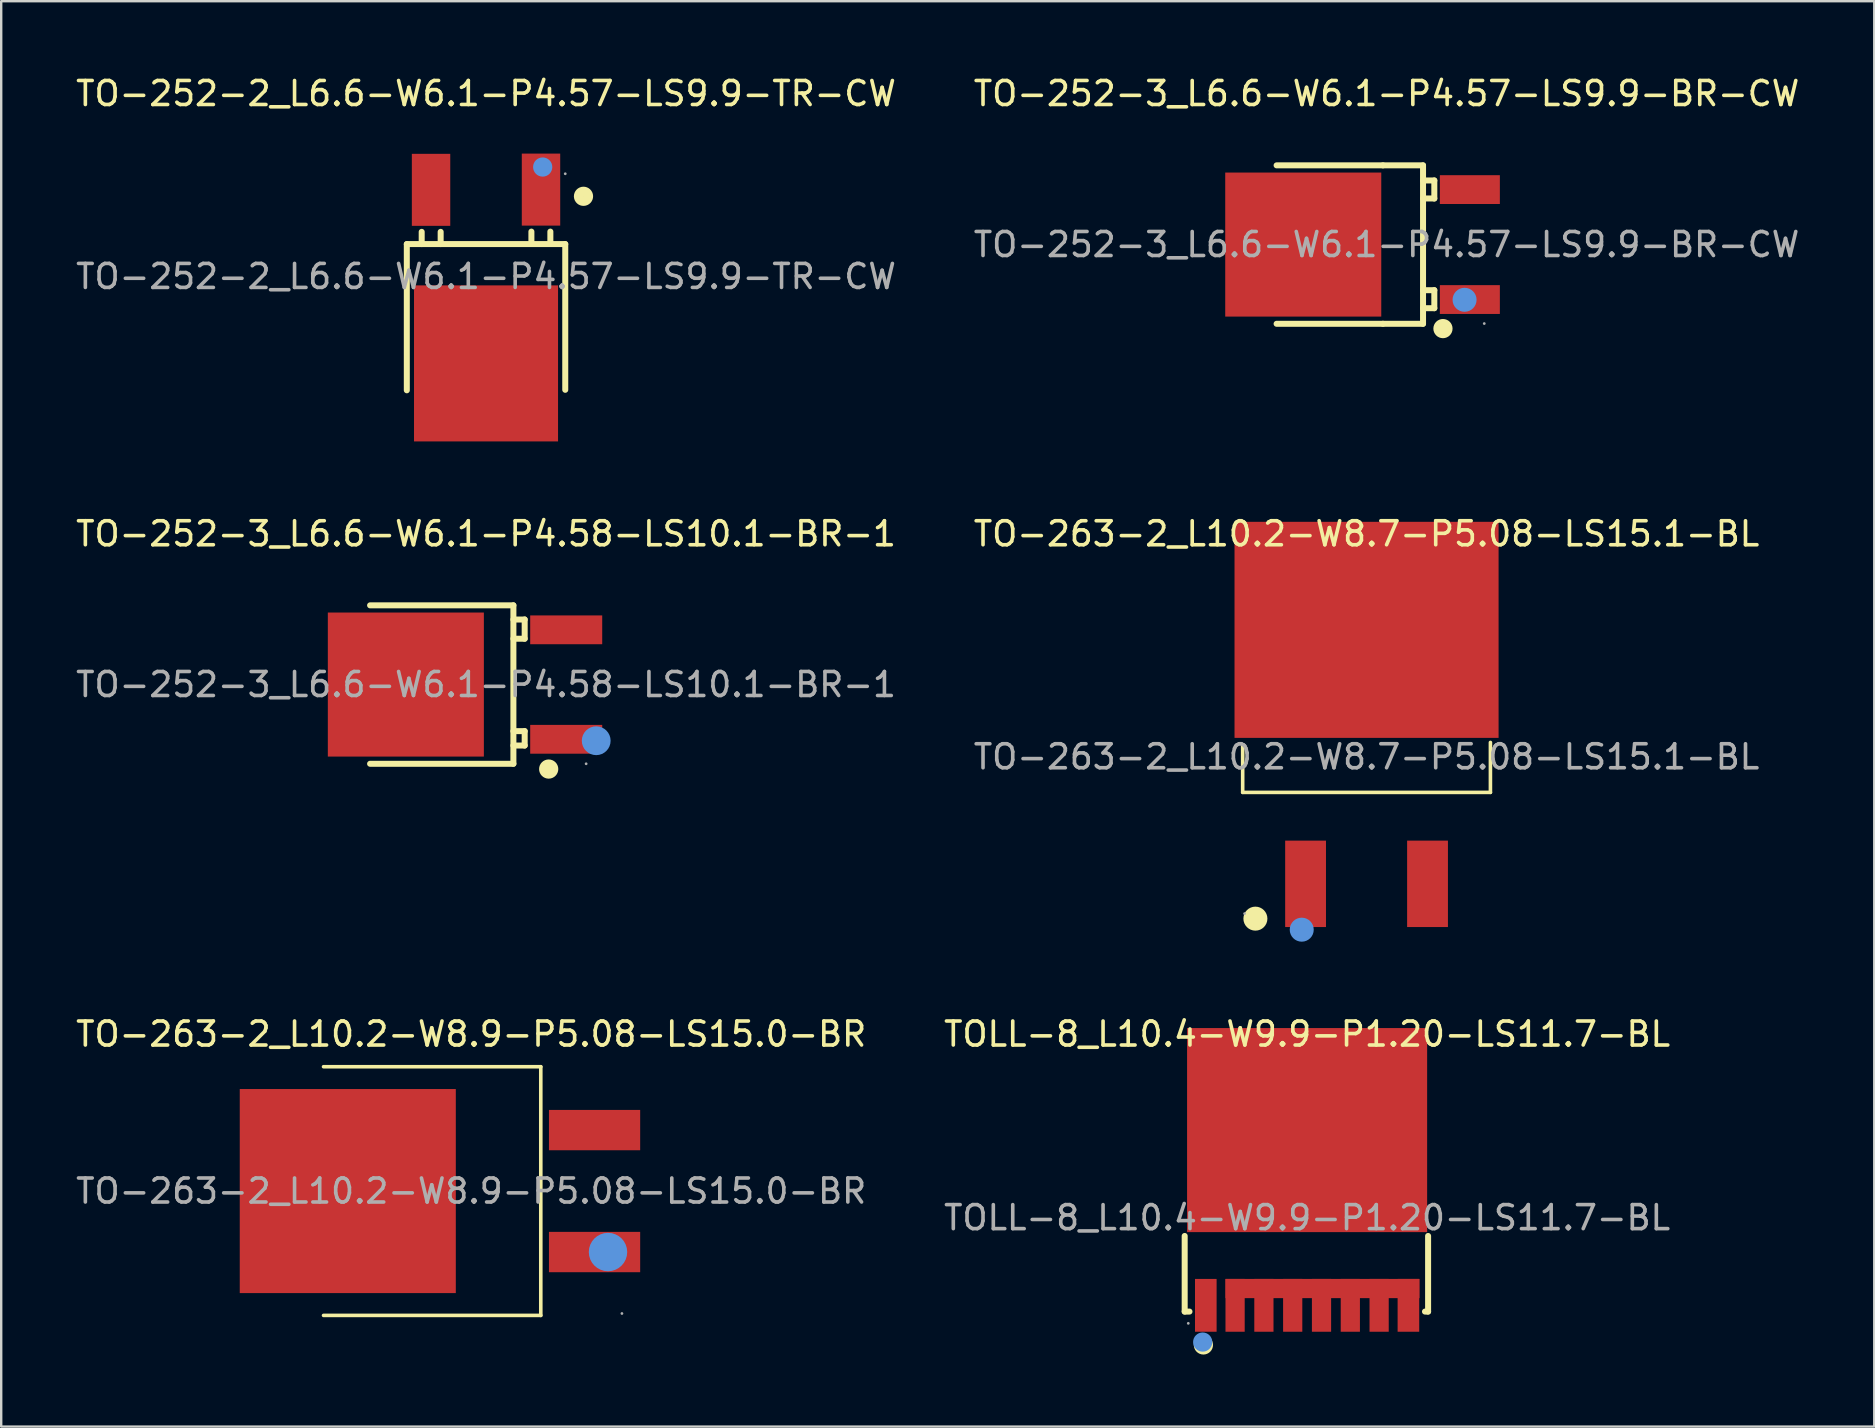
<source format=kicad_pcb>
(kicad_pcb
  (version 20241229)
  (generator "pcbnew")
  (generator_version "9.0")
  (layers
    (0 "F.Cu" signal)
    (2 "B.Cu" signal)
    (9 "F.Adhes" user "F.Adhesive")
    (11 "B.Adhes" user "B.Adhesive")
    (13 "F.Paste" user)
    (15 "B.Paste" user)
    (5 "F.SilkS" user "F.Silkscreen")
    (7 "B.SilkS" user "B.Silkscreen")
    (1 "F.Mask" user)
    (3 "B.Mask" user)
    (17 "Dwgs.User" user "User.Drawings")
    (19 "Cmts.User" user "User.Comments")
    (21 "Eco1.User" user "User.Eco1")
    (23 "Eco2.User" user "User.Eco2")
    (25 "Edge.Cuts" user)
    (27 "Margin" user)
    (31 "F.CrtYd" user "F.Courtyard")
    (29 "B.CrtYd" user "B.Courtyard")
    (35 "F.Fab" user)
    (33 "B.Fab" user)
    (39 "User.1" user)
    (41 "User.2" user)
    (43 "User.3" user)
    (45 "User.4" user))
  (footprint "TO-263-2_L10.2-W8.7-P5.08-LS15.1-BL"
    (layer "F.Cu")
    (at 53.875 28.477)
    (property "Reference" "TO-263-2_L10.2-W8.7-P5.08-LS15.1-BL" (at 0 -9.29 0) (layer "F.SilkS") (effects (font (size 1 1) (thickness 0.15))))
    (attr smd)
    (fp_line (start -5.16 1.48) (end -5.16 -0.5) (stroke (width 0.15) (type solid)) (layer "F.SilkS"))
    (fp_line (start -5.16 1.48) (end 5.16 1.48) (stroke (width 0.15) (type solid)) (layer "F.SilkS"))
    (fp_line (start 5.16 1.48) (end 5.16 -0.6) (stroke (width 0.15) (type solid)) (layer "F.SilkS"))
    (fp_circle (center -4.63 6.74) (end -4.38 6.74) (stroke (width 0.5) (type solid)) (fill no) (layer "F.SilkS"))
    (fp_circle (center -2.7 7.2) (end -2.45 7.2) (stroke (width 0.5) (type solid)) (fill no) (layer "Cmts.User"))
    (fp_circle (center -5.08 6.53) (end -5.05 6.53) (stroke (width 0.06) (type solid)) (fill no) (layer "F.Fab"))
    (fp_text user "${REFERENCE}" (at 0 0 0) (layer "F.Fab") (effects (font (size 1 1) (thickness 0.15))))
    (pad "1" smd rect (at -2.54 5.29 270) (size 3.6 1.7) (layers "F.Cu" "F.Mask" "F.Paste"))
    (pad "2" smd rect (at 0 -5.29 270) (size 9 11) (layers "F.Cu" "F.Mask" "F.Paste"))
    (pad "3" smd rect (at 2.54 5.29 270) (size 3.6 1.7) (layers "F.Cu" "F.Mask" "F.Paste")))
  (footprint "TO-263-2_L10.2-W8.9-P5.08-LS15.0-BR"
    (layer "F.Cu")
    (at 16.577 46.565)
    (property "Reference" "TO-263-2_L10.2-W8.9-P5.08-LS15.0-BR" (at 0 -6.54 0) (layer "F.SilkS") (effects (font (size 1 1) (thickness 0.15))))
    (attr smd)
    (fp_line (start -6.15 -5.18) (end 2.9 -5.18) (stroke (width 0.15) (type solid)) (layer "F.SilkS"))
    (fp_line (start 2.9 -5.18) (end 2.9 5.18) (stroke (width 0.15) (type solid)) (layer "F.SilkS"))
    (fp_line (start 2.9 5.18) (end -6.15 5.18) (stroke (width 0.15) (type solid)) (layer "F.SilkS"))
    (fp_circle (center 5.7 2.54) (end 6.1 2.54) (stroke (width 0.8) (type solid)) (fill no) (layer "Cmts.User"))
    (fp_circle (center 6.28 5.1) (end 6.31 5.1) (stroke (width 0.06) (type solid)) (fill no) (layer "F.Fab"))
    (fp_text user "${REFERENCE}" (at 0 0 0) (layer "F.Fab") (effects (font (size 1 1) (thickness 0.15))))
    (pad "1" smd rect (at 5.14 2.54 180) (size 3.8 1.68) (layers "F.Cu" "F.Mask" "F.Paste"))
    (pad "2" smd rect (at -5.14 0 180) (size 9 8.5) (layers "F.Cu" "F.Mask" "F.Paste"))
    (pad "3" smd rect (at 5.14 -2.54 180) (size 3.8 1.68) (layers "F.Cu" "F.Mask" "F.Paste")))
  (footprint "TO-252-3_L6.6-W6.1-P4.58-LS10.1-BR-1"
    (layer "F.Cu")
    (at 17.196 25.466)
    (property "Reference" "TO-252-3_L6.6-W6.1-P4.58-LS10.1-BR-1" (at 0 -6.28 0) (layer "F.SilkS") (effects (font (size 1 1) (thickness 0.15))))
    (attr smd)
    (fp_line (start -4.83 -3.3) (end 1.14 -3.3) (stroke (width 0.25) (type solid)) (layer "F.SilkS"))
    (fp_line (start 1.14 -3.3) (end 1.14 3.3) (stroke (width 0.25) (type solid)) (layer "F.SilkS"))
    (fp_line (start 1.14 -2.71) (end 1.61 -2.71) (stroke (width 0.25) (type solid)) (layer "F.SilkS"))
    (fp_line (start 1.14 1.94) (end 1.61 1.94) (stroke (width 0.25) (type solid)) (layer "F.SilkS"))
    (fp_line (start 1.14 3.3) (end -4.83 3.3) (stroke (width 0.25) (type solid)) (layer "F.SilkS"))
    (fp_line (start 1.61 -2.71) (end 1.61 -1.91) (stroke (width 0.25) (type solid)) (layer "F.SilkS"))
    (fp_line (start 1.61 -1.91) (end 1.14 -1.91) (stroke (width 0.25) (type solid)) (layer "F.SilkS"))
    (fp_line (start 1.61 1.94) (end 1.61 2.54) (stroke (width 0.25) (type solid)) (layer "F.SilkS"))
    (fp_line (start 1.61 2.54) (end 1.14 2.54) (stroke (width 0.25) (type solid)) (layer "F.SilkS"))
    (fp_arc (start 2.61 3.52) (mid 2.61 3.52) (end 2.61 3.52) (stroke (width 0.4) (type solid)) (layer "F.SilkS"))
    (fp_circle (center 4.59 2.34) (end 4.89 2.34) (stroke (width 0.6) (type solid)) (fill no) (layer "Cmts.User"))
    (fp_circle (center 4.17 3.3) (end 4.2 3.3) (stroke (width 0.06) (type solid)) (fill no) (layer "F.Fab"))
    (fp_text user "${REFERENCE}" (at 0 0 0) (layer "F.Fab") (effects (font (size 1 1) (thickness 0.15))))
    (pad "1" smd rect (at 3.34 2.28) (size 3 1.2) (layers "F.Cu" "F.Mask" "F.Paste"))
    (pad "2" smd rect (at -3.34 0) (size 6.5 6) (layers "F.Cu" "F.Mask" "F.Paste"))
    (pad "3" smd rect (at 3.34 -2.28) (size 3 1.2) (layers "F.Cu" "F.Mask" "F.Paste")))
  (footprint "TO-252-2_L6.6-W6.1-P4.57-LS9.9-TR-CW"
    (layer "F.Cu")
    (at 17.196 8.468)
    (property "Reference" "TO-252-2_L6.6-W6.1-P4.57-LS9.9-TR-CW" (at 0 -7.62 0) (layer "F.SilkS") (effects (font (size 1 1) (thickness 0.15))))
    (attr smd)
    (fp_line (start -3.3 -1.35) (end -3.3 4.74) (stroke (width 0.25) (type solid)) (layer "F.SilkS"))
    (fp_line (start -3.3 -1.35) (end 3.3 -1.35) (stroke (width 0.25) (type solid)) (layer "F.SilkS"))
    (fp_line (start -2.68 -1.35) (end -2.68 -1.86) (stroke (width 0.25) (type solid)) (layer "F.SilkS"))
    (fp_line (start -1.89 -1.35) (end -1.89 -1.86) (stroke (width 0.25) (type solid)) (layer "F.SilkS"))
    (fp_line (start 1.89 -1.36) (end 1.89 -1.87) (stroke (width 0.25) (type solid)) (layer "F.SilkS"))
    (fp_line (start 2.68 -1.36) (end 2.68 -1.87) (stroke (width 0.25) (type solid)) (layer "F.SilkS"))
    (fp_line (start 3.3 -1.35) (end 3.3 4.72) (stroke (width 0.25) (type solid)) (layer "F.SilkS"))
    (fp_arc (start 3.86 -3.34) (mid 4.259937 -3.345009) (end 3.860251 -3.329986) (stroke (width 0.4) (type solid)) (layer "F.SilkS"))
    (fp_circle (center 2.36 -4.56) (end 2.56 -4.56) (stroke (width 0.4) (type solid)) (fill no) (layer "Cmts.User"))
    (fp_circle (center 3.3 -4.28) (end 3.33 -4.28) (stroke (width 0.06) (type solid)) (fill no) (layer "F.Fab"))
    (fp_text user "${REFERENCE}" (at 0 0 0) (layer "F.Fab") (effects (font (size 1 1) (thickness 0.15))))
    (pad "1" smd rect (at 2.29 -3.62) (size 1.6 3) (layers "F.Cu" "F.Mask" "F.Paste"))
    (pad "2" smd rect (at 0 3.62) (size 6 6.5) (layers "F.Cu" "F.Mask" "F.Paste"))
    (pad "3" smd rect (at -2.29 -3.61) (size 1.6 3) (layers "F.Cu" "F.Mask" "F.Paste")))
  (footprint "TO-252-3_L6.6-W6.1-P4.57-LS9.9-BR-CW"
    (layer "F.Cu")
    (at 54.708 7.138)
    (property "Reference" "TO-252-3_L6.6-W6.1-P4.57-LS9.9-BR-CW" (at 0 -6.29 0) (layer "F.SilkS") (effects (font (size 1 1) (thickness 0.15))))
    (attr smd)
    (fp_line (start -0.15 -3.3) (end -4.58 -3.3) (stroke (width 0.25) (type solid)) (layer "F.SilkS"))
    (fp_line (start -0.15 -3.3) (end 1.52 -3.3) (stroke (width 0.25) (type solid)) (layer "F.SilkS"))
    (fp_line (start -0.15 3.3) (end -4.58 3.3) (stroke (width 0.25) (type solid)) (layer "F.SilkS"))
    (fp_line (start 1.52 -3.3) (end 1.52 3.3) (stroke (width 0.25) (type solid)) (layer "F.SilkS"))
    (fp_line (start 1.52 3.3) (end -0.15 3.3) (stroke (width 0.25) (type solid)) (layer "F.SilkS"))
    (fp_line (start 1.99 -2.67) (end 1.52 -2.67) (stroke (width 0.25) (type solid)) (layer "F.SilkS"))
    (fp_line (start 1.99 -2.67) (end 1.99 -1.92) (stroke (width 0.25) (type solid)) (layer "F.SilkS"))
    (fp_line (start 1.99 -1.92) (end 1.52 -1.92) (stroke (width 0.25) (type solid)) (layer "F.SilkS"))
    (fp_line (start 1.99 1.9) (end 1.52 1.9) (stroke (width 0.25) (type solid)) (layer "F.SilkS"))
    (fp_line (start 1.99 1.9) (end 1.99 2.65) (stroke (width 0.25) (type solid)) (layer "F.SilkS"))
    (fp_line (start 1.99 2.65) (end 1.52 2.65) (stroke (width 0.25) (type solid)) (layer "F.SilkS"))
    (fp_circle (center 2.35 3.5) (end 2.55 3.5) (stroke (width 0.4) (type solid)) (fill no) (layer "F.SilkS"))
    (fp_circle (center 3.25 2.3) (end 3.5 2.3) (stroke (width 0.5) (type solid)) (fill no) (layer "Cmts.User"))
    (fp_circle (center 4.07 3.29) (end 4.1 3.29) (stroke (width 0.06) (type solid)) (fill no) (layer "F.Fab"))
    (fp_text user "${REFERENCE}" (at 0 0 0) (layer "F.Fab") (effects (font (size 1 1) (thickness 0.15))))
    (pad "1" smd rect (at 3.47 2.29) (size 2.5 1.2) (layers "F.Cu" "F.Mask" "F.Paste"))
    (pad "2" smd rect (at -3.47 0) (size 6.5 6) (layers "F.Cu" "F.Mask" "F.Paste"))
    (pad "3" smd rect (at 3.47 -2.29) (size 2.5 1.2) (layers "F.Cu" "F.Mask" "F.Paste")))
  (footprint "TOLL-8_L10.4-W9.9-P1.20-LS11.7-BL"
    (layer "F.Cu")
    (at 51.399 47.675)
    (property "Reference" "TOLL-8_L10.4-W9.9-P1.20-LS11.7-BL" (at 0 -7.65 0) (layer "F.SilkS") (effects (font (size 1 1) (thickness 0.15))))
    (attr smd)
    (fp_line (start -5.1 0.76) (end -5.1 3.91) (stroke (width 0.25) (type solid)) (layer "F.SilkS"))
    (fp_line (start -5.1 3.91) (end -4.9 3.91) (stroke (width 0.25) (type solid)) (layer "F.SilkS"))
    (fp_line (start 4.91 3.91) (end 5.04 3.91) (stroke (width 0.25) (type solid)) (layer "F.SilkS"))
    (fp_line (start 5.04 3.91) (end 5.04 0.76) (stroke (width 0.25) (type solid)) (layer "F.SilkS"))
    (fp_circle (center -4.32 5.3) (end -4.12 5.3) (stroke (width 0.4) (type solid)) (fill no) (layer "F.SilkS"))
    (fp_circle (center -4.35 5.18) (end -4.15 5.18) (stroke (width 0.4) (type solid)) (fill no) (layer "Cmts.User"))
    (fp_circle (center -4.95 4.4) (end -4.92 4.4) (stroke (width 0.06) (type solid)) (fill no) (layer "F.Fab"))
    (fp_text user "${REFERENCE}" (at 0 0 0) (layer "F.Fab") (effects (font (size 1 1) (thickness 0.15))))
    (pad "1" smd rect (at -4.22 3.65) (size 0.9 2.2) (layers "F.Cu" "F.Mask" "F.Paste"))
    (pad "2" smd rect (at -3 3.65) (size 0.8 2.2) (layers "F.Cu" "F.Mask" "F.Paste"))
    (pad "3" smd rect (at -1.8 3.65) (size 0.8 2.2) (layers "F.Cu" "F.Mask" "F.Paste"))
    (pad "4" smd rect (at -0.6 3.65) (size 0.8 2.2) (layers "F.Cu" "F.Mask" "F.Paste"))
    (pad "5" smd rect (at 0.6 3.65) (size 0.8 2.2) (layers "F.Cu" "F.Mask" "F.Paste"))
    (pad "6" smd rect (at 1.8 3.65) (size 0.8 2.2) (layers "F.Cu" "F.Mask" "F.Paste"))
    (pad "7" smd rect (at 3 3.65) (size 0.8 2.2) (layers "F.Cu" "F.Mask" "F.Paste"))
    (pad "8" smd rect (at 0.64 2.95 90) (size 0.8 8.08) (layers "F.Cu" "F.Mask" "F.Paste"))
    (pad "8" smd rect (at 4.22 3.65) (size 0.9 2.2) (layers "F.Cu" "F.Mask" "F.Paste"))
    (pad "9" smd rect (at 0 -3.65) (size 10 8.5) (layers "F.Cu" "F.Mask" "F.Paste")))
  (gr_rect
    (start -3 -3)
    (end 75.024 56.375)
    (stroke (width 0.1) (type default))
    (fill no)
    (layer "Edge.Cuts")))
</source>
